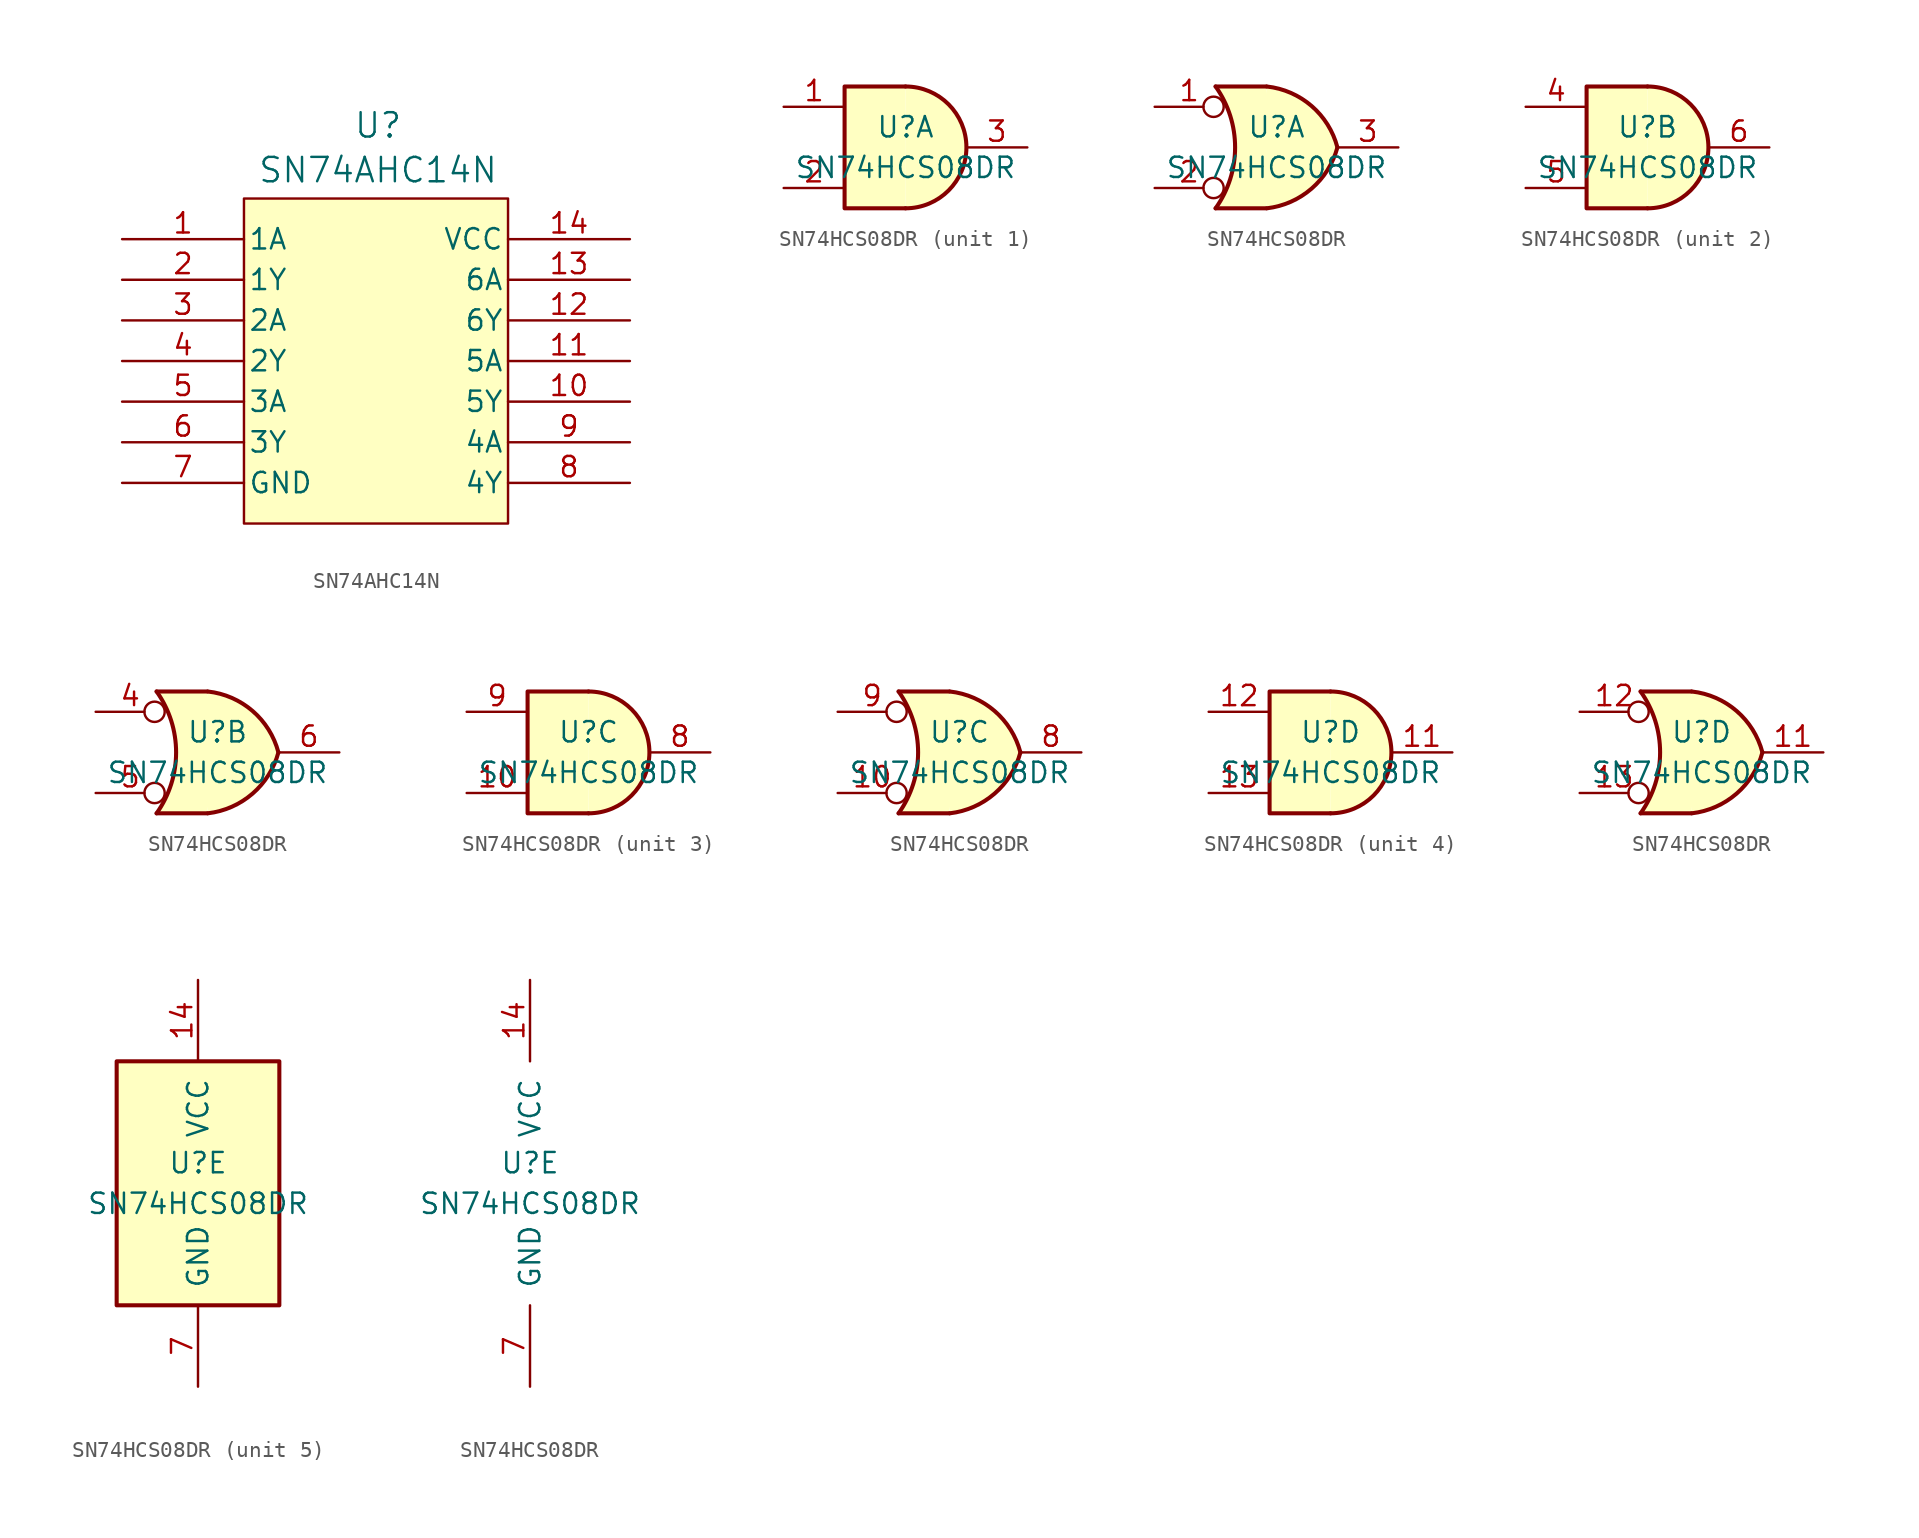
<source format=kicad_sym>
(kicad_symbol_lib
  (version 20231120)
  (generator "kicad_symbol_editor")
  (generator_version "8.0")
  (symbol "SN74AHC14N"
    (pin_names
      (offset 0.254))
    (property "Reference" "U"
      (at 16.002 7.112 0)
      (effects (font (size 1.524 1.524))))
    (property "Value" "SN74AHC14N"
      (at 16.002 4.318 0)
      (effects (font (size 1.524 1.524))))
    (symbol "SN74AHC14N_0_1"
      (pin input line (at 0 0 0) (length 7.62) (name "1A" (effects (font (size 1.27 1.27)))) (number "1" (effects (font (size 1.27 1.27)))))
      (pin output line (at 31.75 -10.16 180) (length 7.62) (name "5Y" (effects (font (size 1.27 1.27)))) (number "10" (effects (font (size 1.27 1.27)))))
      (pin input line (at 31.75 -7.62 180) (length 7.62) (name "5A" (effects (font (size 1.27 1.27)))) (number "11" (effects (font (size 1.27 1.27)))))
      (pin output line (at 31.75 -5.08 180) (length 7.62) (name "6Y" (effects (font (size 1.27 1.27)))) (number "12" (effects (font (size 1.27 1.27)))))
      (pin input line (at 31.75 -2.54 180) (length 7.62) (name "6A" (effects (font (size 1.27 1.27)))) (number "13" (effects (font (size 1.27 1.27)))))
      (pin power_in line (at 31.75 0 180) (length 7.62) (name "VCC" (effects (font (size 1.27 1.27)))) (number "14" (effects (font (size 1.27 1.27)))))
      (pin output line (at 0 -2.54 0) (length 7.62) (name "1Y" (effects (font (size 1.27 1.27)))) (number "2" (effects (font (size 1.27 1.27)))))
      (pin input line (at 0 -5.08 0) (length 7.62) (name "2A" (effects (font (size 1.27 1.27)))) (number "3" (effects (font (size 1.27 1.27)))))
      (pin output line (at 0 -7.62 0) (length 7.62) (name "2Y" (effects (font (size 1.27 1.27)))) (number "4" (effects (font (size 1.27 1.27)))))
      (pin input line (at 0 -10.16 0) (length 7.62) (name "3A" (effects (font (size 1.27 1.27)))) (number "5" (effects (font (size 1.27 1.27)))))
      (pin output line (at 0 -12.7 0) (length 7.62) (name "3Y" (effects (font (size 1.27 1.27)))) (number "6" (effects (font (size 1.27 1.27)))))
      (pin power_in line (at 0 -15.24 0) (length 7.62) (name "GND" (effects (font (size 1.27 1.27)))) (number "7" (effects (font (size 1.27 1.27)))))
      (pin output line (at 31.75 -15.24 180) (length 7.62) (name "4Y" (effects (font (size 1.27 1.27)))) (number "8" (effects (font (size 1.27 1.27)))))
      (pin input line (at 31.75 -12.7 180) (length 7.62) (name "4A" (effects (font (size 1.27 1.27)))) (number "9" (effects (font (size 1.27 1.27))))))
    (symbol "SN74AHC14N_1_1"
      (rectangle (start 7.62 2.54) (end 24.13 -17.78) (stroke (width 0) (type default)) (fill (type background)))))
  (symbol "SN74HCS08DR"
    (pin_names
      (offset 1.016))
    (property "Reference" "U"
      (at 0 1.27 0)
      (effects (font (size 1.27 1.27))))
    (property "Value" "SN74HCS08DR"
      (at 0 -1.27 0)
      (effects (font (size 1.27 1.27))))
    (property "ki_locked" ""
      (at 0 0 0)
      (effects (font (size 1.27 1.27))))
    (symbol "SN74HCS08DR_1_1"
      (arc (start 0 -3.81) (mid 3.7934 0) (end 0 3.81) (stroke (width 0.254) (type default)) (fill (type background)))
      (polyline (pts (xy 0 3.81) (xy -3.81 3.81) (xy -3.81 -3.81) (xy 0 -3.81)) (stroke (width 0.254) (type default)) (fill (type background)))
      (pin input line (at -7.62 2.54 0) (length 3.81) (name "~" (effects (font (size 1.27 1.27)))) (number "1" (effects (font (size 1.27 1.27)))))
      (pin input line (at -7.62 -2.54 0) (length 3.81) (name "~" (effects (font (size 1.27 1.27)))) (number "2" (effects (font (size 1.27 1.27)))))
      (pin output line (at 7.62 0 180) (length 3.81) (name "~" (effects (font (size 1.27 1.27)))) (number "3" (effects (font (size 1.27 1.27))))))
    (symbol "SN74HCS08DR_1_2"
      (arc (start -3.81 -3.81) (mid -2.589 0) (end -3.81 3.81) (stroke (width 0.254) (type default)) (fill (type none)))
      (arc (start -0.6096 -3.81) (mid 2.1842 -2.5851) (end 3.81 0) (stroke (width 0.254) (type default)) (fill (type background)))
      (polyline (pts (xy -3.81 -3.81) (xy -0.635 -3.81)) (stroke (width 0.254) (type default)) (fill (type background)))
      (polyline (pts (xy -3.81 3.81) (xy -0.635 3.81)) (stroke (width 0.254) (type default)) (fill (type background)))
      (polyline (pts (xy -0.635 3.81) (xy -3.81 3.81) (xy -3.81 3.81) (xy -3.556 3.404) (xy -3.023 2.261) (xy -2.692 1.041) (xy -2.616 -0.254) (xy -2.769 -1.499) (xy -3.175 -2.718) (xy -3.81 -3.81) (xy -3.81 -3.81) (xy -0.635 -3.81)) (stroke (width -25.4) (type default)) (fill (type background)))
      (arc (start 3.81 0) (mid 2.1915 2.5936) (end -0.6096 3.81) (stroke (width 0.254) (type default)) (fill (type background)))
      (pin input inverted (at -7.62 2.54 0) (length 4.318) (name "~" (effects (font (size 1.27 1.27)))) (number "1" (effects (font (size 1.27 1.27)))))
      (pin input inverted (at -7.62 -2.54 0) (length 4.318) (name "~" (effects (font (size 1.27 1.27)))) (number "2" (effects (font (size 1.27 1.27)))))
      (pin output line (at 7.62 0 180) (length 3.81) (name "~" (effects (font (size 1.27 1.27)))) (number "3" (effects (font (size 1.27 1.27))))))
    (symbol "SN74HCS08DR_2_1"
      (arc (start 0 -3.81) (mid 3.7934 0) (end 0 3.81) (stroke (width 0.254) (type default)) (fill (type background)))
      (polyline (pts (xy 0 3.81) (xy -3.81 3.81) (xy -3.81 -3.81) (xy 0 -3.81)) (stroke (width 0.254) (type default)) (fill (type background)))
      (pin input line (at -7.62 2.54 0) (length 3.81) (name "~" (effects (font (size 1.27 1.27)))) (number "4" (effects (font (size 1.27 1.27)))))
      (pin input line (at -7.62 -2.54 0) (length 3.81) (name "~" (effects (font (size 1.27 1.27)))) (number "5" (effects (font (size 1.27 1.27)))))
      (pin output line (at 7.62 0 180) (length 3.81) (name "~" (effects (font (size 1.27 1.27)))) (number "6" (effects (font (size 1.27 1.27))))))
    (symbol "SN74HCS08DR_2_2"
      (arc (start -3.81 -3.81) (mid -2.589 0) (end -3.81 3.81) (stroke (width 0.254) (type default)) (fill (type none)))
      (arc (start -0.6096 -3.81) (mid 2.1842 -2.5851) (end 3.81 0) (stroke (width 0.254) (type default)) (fill (type background)))
      (polyline (pts (xy -3.81 -3.81) (xy -0.635 -3.81)) (stroke (width 0.254) (type default)) (fill (type background)))
      (polyline (pts (xy -3.81 3.81) (xy -0.635 3.81)) (stroke (width 0.254) (type default)) (fill (type background)))
      (polyline (pts (xy -0.635 3.81) (xy -3.81 3.81) (xy -3.81 3.81) (xy -3.556 3.404) (xy -3.023 2.261) (xy -2.692 1.041) (xy -2.616 -0.254) (xy -2.769 -1.499) (xy -3.175 -2.718) (xy -3.81 -3.81) (xy -3.81 -3.81) (xy -0.635 -3.81)) (stroke (width -25.4) (type default)) (fill (type background)))
      (arc (start 3.81 0) (mid 2.1915 2.5936) (end -0.6096 3.81) (stroke (width 0.254) (type default)) (fill (type background)))
      (pin input inverted (at -7.62 2.54 0) (length 4.318) (name "~" (effects (font (size 1.27 1.27)))) (number "4" (effects (font (size 1.27 1.27)))))
      (pin input inverted (at -7.62 -2.54 0) (length 4.318) (name "~" (effects (font (size 1.27 1.27)))) (number "5" (effects (font (size 1.27 1.27)))))
      (pin output line (at 7.62 0 180) (length 3.81) (name "~" (effects (font (size 1.27 1.27)))) (number "6" (effects (font (size 1.27 1.27))))))
    (symbol "SN74HCS08DR_3_1"
      (arc (start 0 -3.81) (mid 3.7934 0) (end 0 3.81) (stroke (width 0.254) (type default)) (fill (type background)))
      (polyline (pts (xy 0 3.81) (xy -3.81 3.81) (xy -3.81 -3.81) (xy 0 -3.81)) (stroke (width 0.254) (type default)) (fill (type background)))
      (pin input line (at -7.62 -2.54 0) (length 3.81) (name "~" (effects (font (size 1.27 1.27)))) (number "10" (effects (font (size 1.27 1.27)))))
      (pin output line (at 7.62 0 180) (length 3.81) (name "~" (effects (font (size 1.27 1.27)))) (number "8" (effects (font (size 1.27 1.27)))))
      (pin input line (at -7.62 2.54 0) (length 3.81) (name "~" (effects (font (size 1.27 1.27)))) (number "9" (effects (font (size 1.27 1.27))))))
    (symbol "SN74HCS08DR_3_2"
      (arc (start -3.81 -3.81) (mid -2.589 0) (end -3.81 3.81) (stroke (width 0.254) (type default)) (fill (type none)))
      (arc (start -0.6096 -3.81) (mid 2.1842 -2.5851) (end 3.81 0) (stroke (width 0.254) (type default)) (fill (type background)))
      (polyline (pts (xy -3.81 -3.81) (xy -0.635 -3.81)) (stroke (width 0.254) (type default)) (fill (type background)))
      (polyline (pts (xy -3.81 3.81) (xy -0.635 3.81)) (stroke (width 0.254) (type default)) (fill (type background)))
      (polyline (pts (xy -0.635 3.81) (xy -3.81 3.81) (xy -3.81 3.81) (xy -3.556 3.404) (xy -3.023 2.261) (xy -2.692 1.041) (xy -2.616 -0.254) (xy -2.769 -1.499) (xy -3.175 -2.718) (xy -3.81 -3.81) (xy -3.81 -3.81) (xy -0.635 -3.81)) (stroke (width -25.4) (type default)) (fill (type background)))
      (arc (start 3.81 0) (mid 2.1915 2.5936) (end -0.6096 3.81) (stroke (width 0.254) (type default)) (fill (type background)))
      (pin input inverted (at -7.62 -2.54 0) (length 4.318) (name "~" (effects (font (size 1.27 1.27)))) (number "10" (effects (font (size 1.27 1.27)))))
      (pin output line (at 7.62 0 180) (length 3.81) (name "~" (effects (font (size 1.27 1.27)))) (number "8" (effects (font (size 1.27 1.27)))))
      (pin input inverted (at -7.62 2.54 0) (length 4.318) (name "~" (effects (font (size 1.27 1.27)))) (number "9" (effects (font (size 1.27 1.27))))))
    (symbol "SN74HCS08DR_4_1"
      (arc (start 0 -3.81) (mid 3.7934 0) (end 0 3.81) (stroke (width 0.254) (type default)) (fill (type background)))
      (polyline (pts (xy 0 3.81) (xy -3.81 3.81) (xy -3.81 -3.81) (xy 0 -3.81)) (stroke (width 0.254) (type default)) (fill (type background)))
      (pin output line (at 7.62 0 180) (length 3.81) (name "~" (effects (font (size 1.27 1.27)))) (number "11" (effects (font (size 1.27 1.27)))))
      (pin input line (at -7.62 2.54 0) (length 3.81) (name "~" (effects (font (size 1.27 1.27)))) (number "12" (effects (font (size 1.27 1.27)))))
      (pin input line (at -7.62 -2.54 0) (length 3.81) (name "~" (effects (font (size 1.27 1.27)))) (number "13" (effects (font (size 1.27 1.27))))))
    (symbol "SN74HCS08DR_4_2"
      (arc (start -3.81 -3.81) (mid -2.589 0) (end -3.81 3.81) (stroke (width 0.254) (type default)) (fill (type none)))
      (arc (start -0.6096 -3.81) (mid 2.1842 -2.5851) (end 3.81 0) (stroke (width 0.254) (type default)) (fill (type background)))
      (polyline (pts (xy -3.81 -3.81) (xy -0.635 -3.81)) (stroke (width 0.254) (type default)) (fill (type background)))
      (polyline (pts (xy -3.81 3.81) (xy -0.635 3.81)) (stroke (width 0.254) (type default)) (fill (type background)))
      (polyline (pts (xy -0.635 3.81) (xy -3.81 3.81) (xy -3.81 3.81) (xy -3.556 3.404) (xy -3.023 2.261) (xy -2.692 1.041) (xy -2.616 -0.254) (xy -2.769 -1.499) (xy -3.175 -2.718) (xy -3.81 -3.81) (xy -3.81 -3.81) (xy -0.635 -3.81)) (stroke (width -25.4) (type default)) (fill (type background)))
      (arc (start 3.81 0) (mid 2.1915 2.5936) (end -0.6096 3.81) (stroke (width 0.254) (type default)) (fill (type background)))
      (pin output line (at 7.62 0 180) (length 3.81) (name "~" (effects (font (size 1.27 1.27)))) (number "11" (effects (font (size 1.27 1.27)))))
      (pin input inverted (at -7.62 2.54 0) (length 4.318) (name "~" (effects (font (size 1.27 1.27)))) (number "12" (effects (font (size 1.27 1.27)))))
      (pin input inverted (at -7.62 -2.54 0) (length 4.318) (name "~" (effects (font (size 1.27 1.27)))) (number "13" (effects (font (size 1.27 1.27))))))
    (symbol "SN74HCS08DR_5_0"
      (pin power_in line (at 0 12.7 270) (length 5.08) (name "VCC" (effects (font (size 1.27 1.27)))) (number "14" (effects (font (size 1.27 1.27)))))
      (pin power_in line (at 0 -12.7 90) (length 5.08) (name "GND" (effects (font (size 1.27 1.27)))) (number "7" (effects (font (size 1.27 1.27))))))
    (symbol "SN74HCS08DR_5_1"
      (rectangle (start -5.08 7.62) (end 5.08 -7.62) (stroke (width 0.254) (type default)) (fill (type background))))))
</source>
